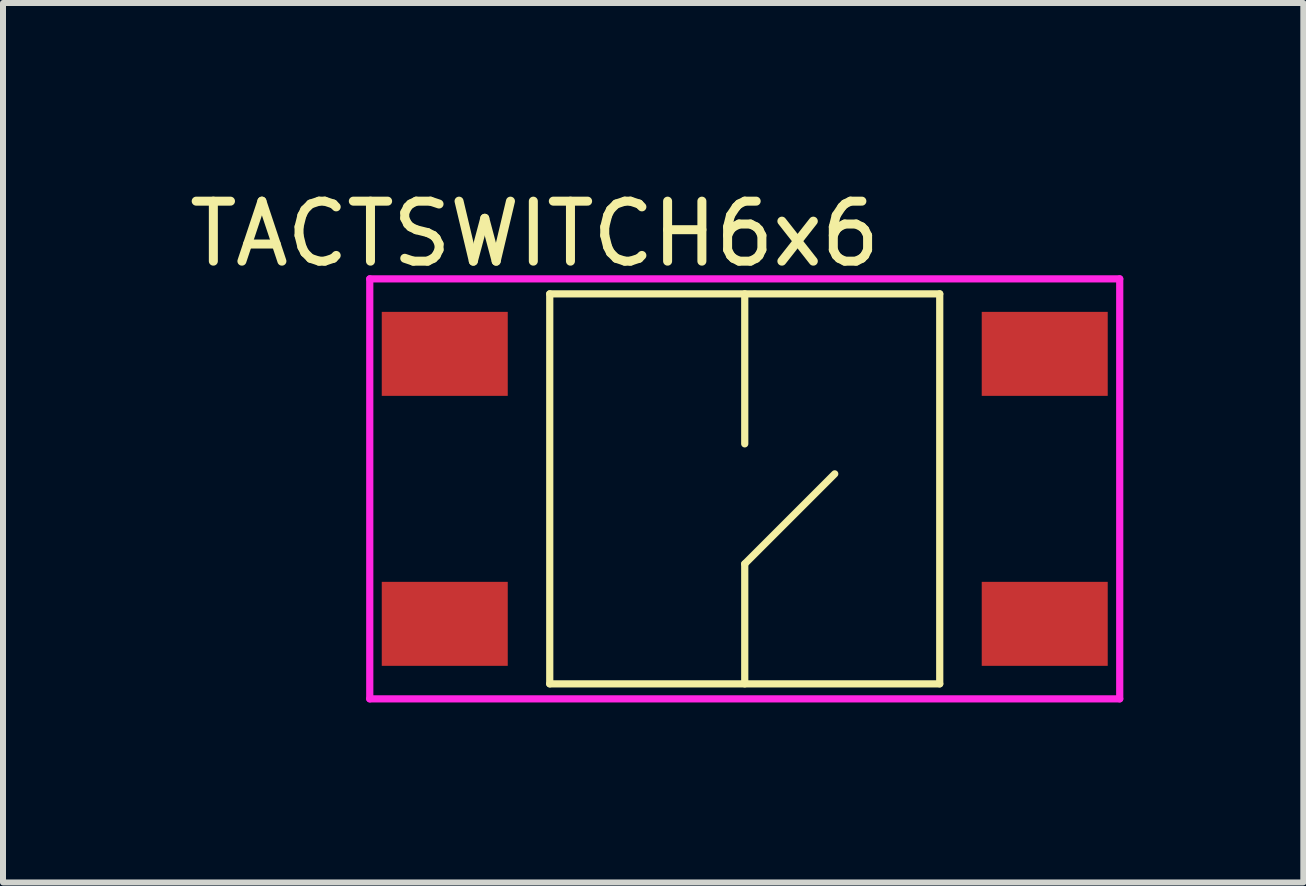
<source format=kicad_pcb>
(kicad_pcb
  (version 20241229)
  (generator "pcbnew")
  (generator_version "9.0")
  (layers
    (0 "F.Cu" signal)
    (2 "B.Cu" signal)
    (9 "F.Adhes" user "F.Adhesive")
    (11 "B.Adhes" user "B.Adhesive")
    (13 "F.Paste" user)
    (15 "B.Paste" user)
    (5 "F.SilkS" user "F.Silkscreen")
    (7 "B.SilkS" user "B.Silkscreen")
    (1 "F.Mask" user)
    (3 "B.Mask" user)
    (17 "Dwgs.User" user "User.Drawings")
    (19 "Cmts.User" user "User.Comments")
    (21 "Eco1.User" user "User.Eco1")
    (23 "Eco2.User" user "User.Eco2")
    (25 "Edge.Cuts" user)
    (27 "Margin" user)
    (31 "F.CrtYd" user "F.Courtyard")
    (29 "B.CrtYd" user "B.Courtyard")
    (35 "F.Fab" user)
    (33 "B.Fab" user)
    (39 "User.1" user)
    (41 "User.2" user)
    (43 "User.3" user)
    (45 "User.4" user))
  (footprint "TACTSWITCH6x6"
    (layer "F.Cu")
    (at 9.363 5.348)
    (property "Reference" "TACTSWITCH6x6" (at -3.5 -4.5 0) (layer "F.SilkS") (effects (font (size 1 1) (thickness 0.15))))
    (attr through_hole)
    (fp_line (start -3.25 -3.5) (end -3.25 3) (stroke (width 0.12) (type solid)) (layer "F.SilkS"))
    (fp_line (start -3.25 -3.5) (end 3.25 -3.5) (stroke (width 0.12) (type solid)) (layer "F.SilkS"))
    (fp_line (start -3.25 3) (end 3.25 3) (stroke (width 0.12) (type solid)) (layer "F.SilkS"))
    (fp_line (start 0 -3.5) (end 0 -1) (stroke (width 0.12) (type solid)) (layer "F.SilkS"))
    (fp_line (start 0 1) (end 1.5 -0.5) (stroke (width 0.12) (type solid)) (layer "F.SilkS"))
    (fp_line (start 0 3) (end 0 1) (stroke (width 0.12) (type solid)) (layer "F.SilkS"))
    (fp_line (start 3.25 3) (end 3.25 -3.5) (stroke (width 0.12) (type solid)) (layer "F.SilkS"))
    (fp_line (start -6.25 -3.75) (end 6.25 -3.75) (stroke (width 0.12) (type solid)) (layer "F.CrtYd"))
    (fp_line (start -6.25 3.25) (end -6.25 -3.75) (stroke (width 0.12) (type solid)) (layer "F.CrtYd"))
    (fp_line (start 6.25 -3.75) (end 6.25 3.25) (stroke (width 0.12) (type solid)) (layer "F.CrtYd"))
    (fp_line (start 6.25 3.25) (end -6.25 3.25) (stroke (width 0.12) (type solid)) (layer "F.CrtYd"))
    (pad "1" smd rect (at -5 2) (size 2.1 1.4) (layers "F.Cu" "F.Mask" "F.Paste"))
    (pad "1" smd rect (at 5 2) (size 2.1 1.4) (layers "F.Cu" "F.Mask" "F.Paste"))
    (pad "2" smd rect (at -5 -2.5) (size 2.1 1.4) (layers "F.Cu" "F.Mask" "F.Paste"))
    (pad "2" smd rect (at 5 -2.5) (size 2.1 1.4) (layers "F.Cu" "F.Mask" "F.Paste")))
  (gr_rect
    (start -3 -3)
    (end 18.673 11.658)
    (stroke (width 0.1) (type default))
    (fill no)
    (layer "Edge.Cuts")))
</source>
